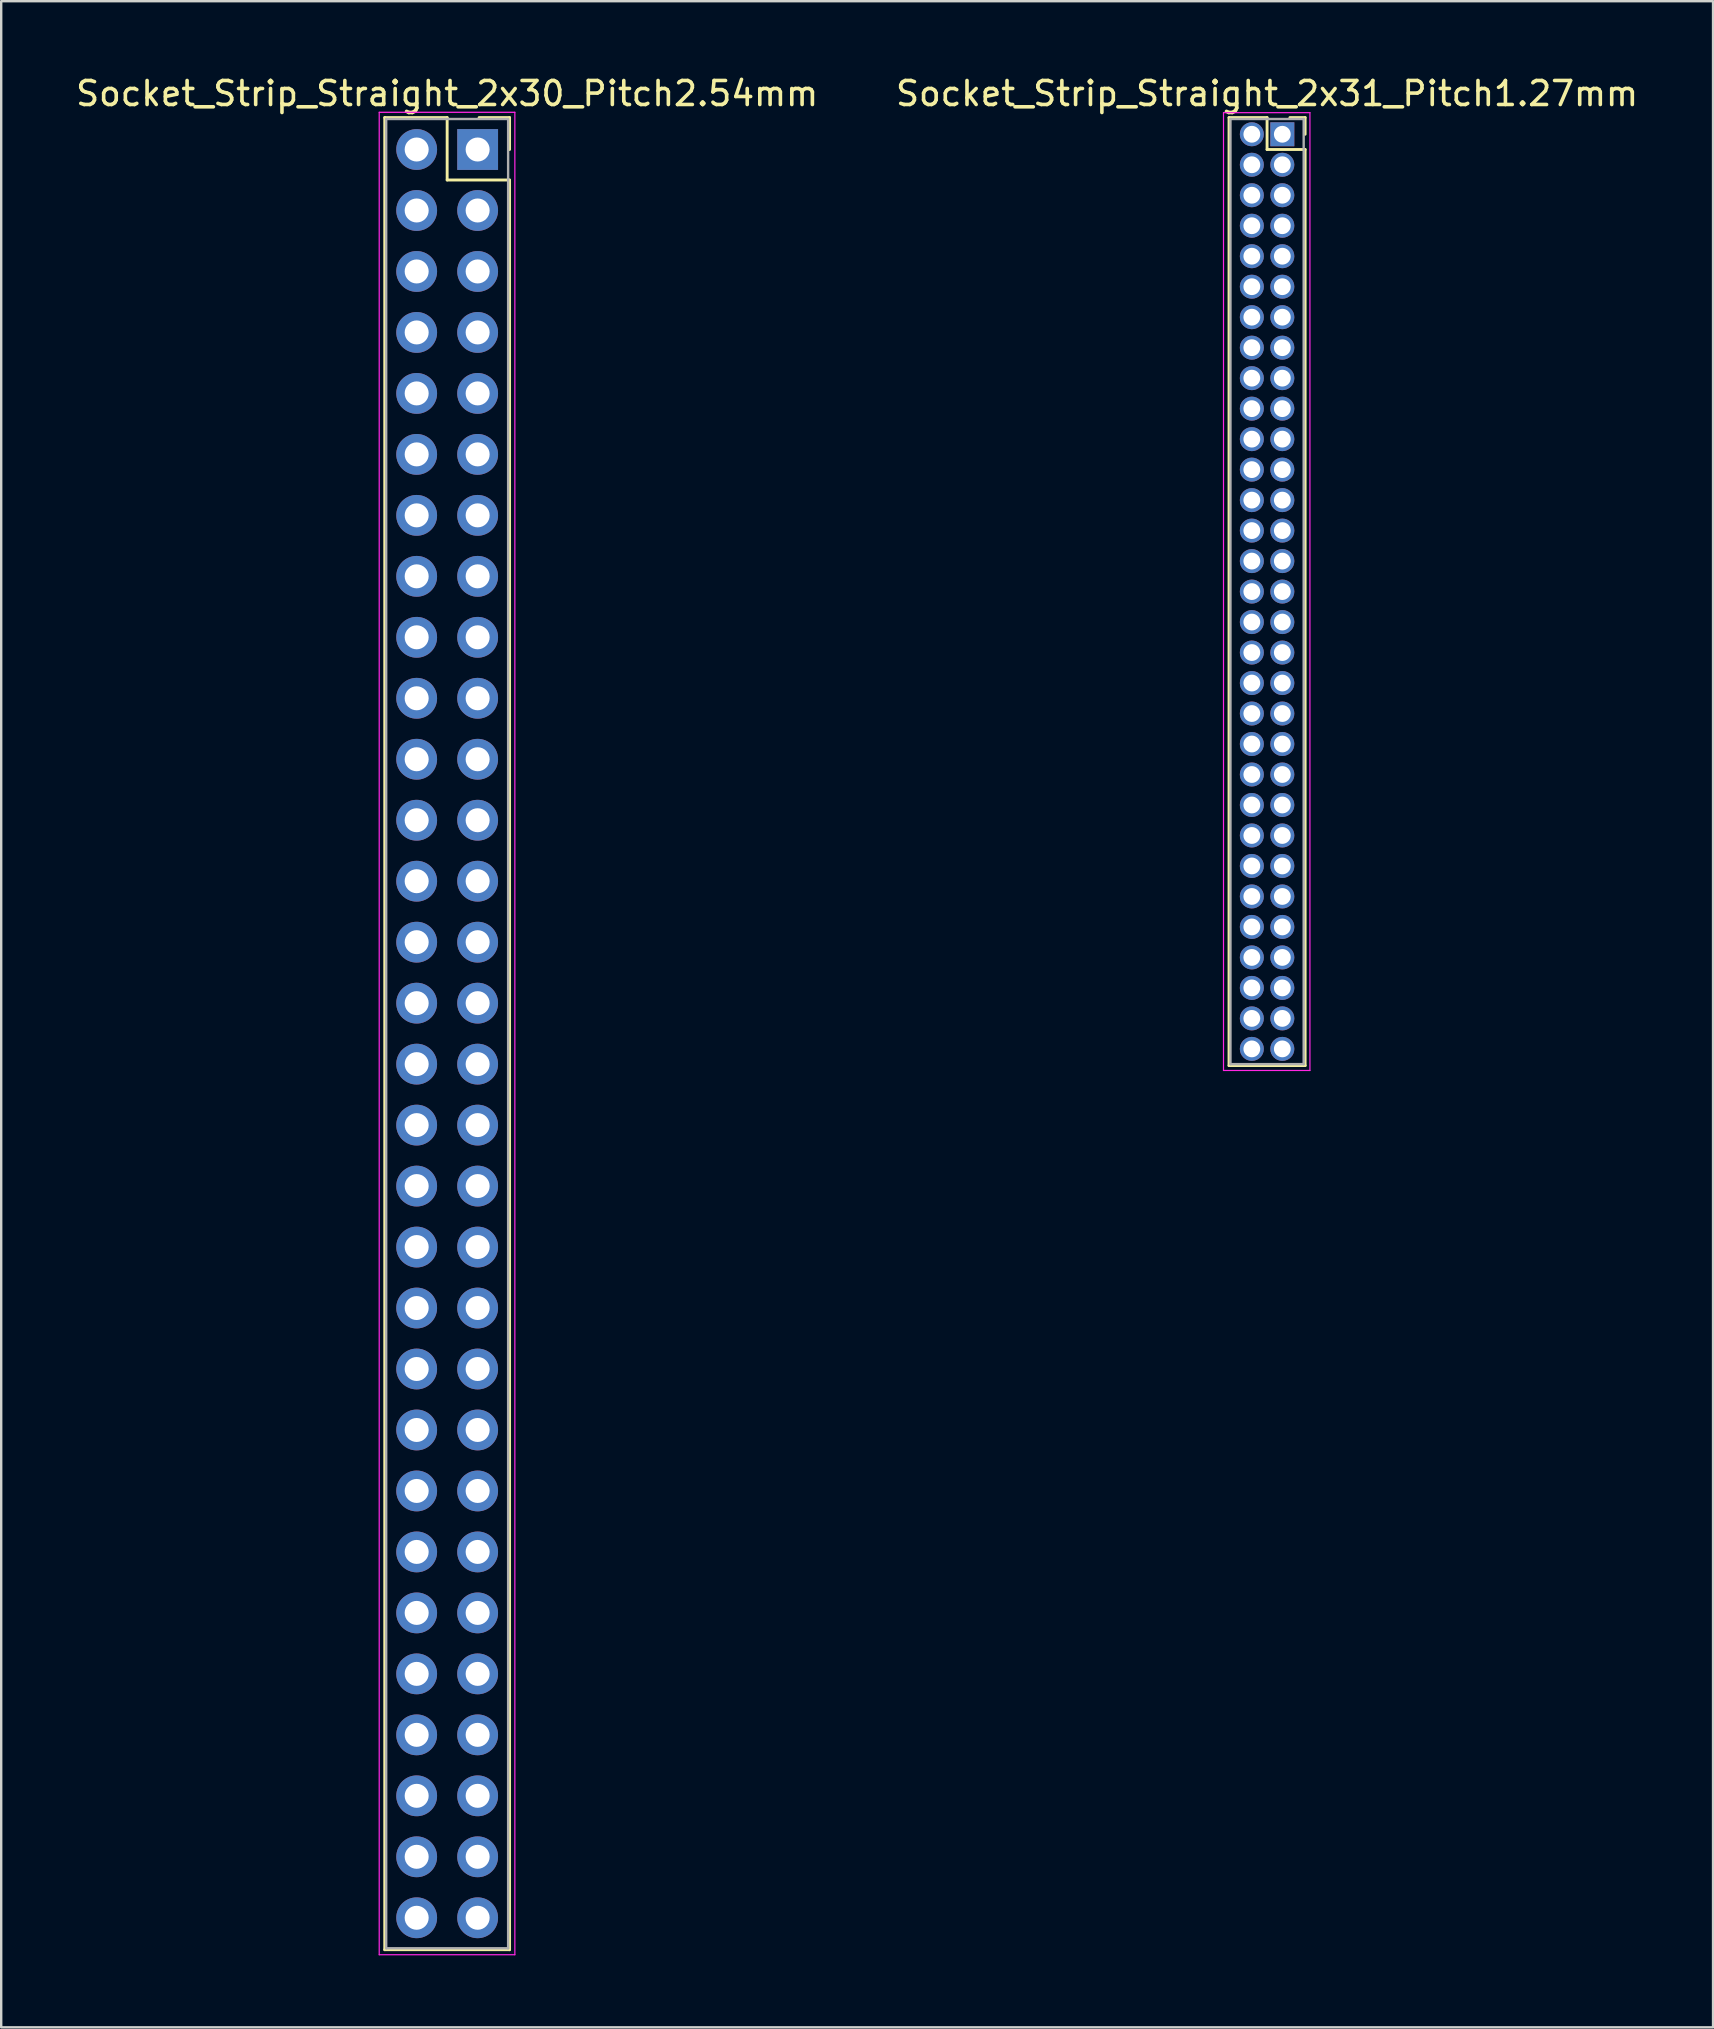
<source format=kicad_pcb>
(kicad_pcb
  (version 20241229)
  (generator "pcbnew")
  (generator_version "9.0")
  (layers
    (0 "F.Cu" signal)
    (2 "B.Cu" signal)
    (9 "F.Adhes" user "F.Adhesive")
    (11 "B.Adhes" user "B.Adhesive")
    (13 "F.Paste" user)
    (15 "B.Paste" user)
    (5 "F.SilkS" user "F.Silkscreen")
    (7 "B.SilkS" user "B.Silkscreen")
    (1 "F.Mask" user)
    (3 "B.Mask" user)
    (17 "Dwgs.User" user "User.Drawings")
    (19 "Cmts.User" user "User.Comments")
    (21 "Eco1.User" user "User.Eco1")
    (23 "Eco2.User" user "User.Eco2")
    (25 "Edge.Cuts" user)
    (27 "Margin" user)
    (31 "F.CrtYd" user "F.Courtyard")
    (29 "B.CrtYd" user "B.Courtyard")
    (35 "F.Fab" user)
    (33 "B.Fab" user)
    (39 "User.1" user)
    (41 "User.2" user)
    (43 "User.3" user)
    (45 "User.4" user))
  (footprint "Socket_Strip_Straight_2x31_Pitch1.27mm"
    (layer "F.Cu")
    (at 50.367 2.543)
    (property "Reference" "Socket_Strip_Straight_2x31_Pitch1.27mm" (at -0.635 -1.695 0) (layer "F.SilkS") (effects (font (size 1 1) (thickness 0.15))))
    (attr through_hole)
    (fp_line (start -2.22 -0.695) (end -0.635 -0.695) (stroke (width 0.12) (type solid)) (layer "F.SilkS"))
    (fp_line (start -2.22 38.795) (end -2.22 -0.695) (stroke (width 0.12) (type solid)) (layer "F.SilkS"))
    (fp_line (start -0.635 -0.695) (end -0.635 0.635) (stroke (width 0.12) (type solid)) (layer "F.SilkS"))
    (fp_line (start -0.635 0.635) (end 0.95 0.635) (stroke (width 0.12) (type solid)) (layer "F.SilkS"))
    (fp_line (start 0.95 -0.695) (end 0.315 -0.695) (stroke (width 0.12) (type solid)) (layer "F.SilkS"))
    (fp_line (start 0.95 0) (end 0.95 -0.695) (stroke (width 0.12) (type solid)) (layer "F.SilkS"))
    (fp_line (start 0.95 0.635) (end 0.95 38.795) (stroke (width 0.12) (type solid)) (layer "F.SilkS"))
    (fp_line (start 0.95 38.795) (end -2.22 38.795) (stroke (width 0.12) (type solid)) (layer "F.SilkS"))
    (fp_line (start -2.45 -0.9) (end -2.45 39) (stroke (width 0.05) (type solid)) (layer "F.CrtYd"))
    (fp_line (start -2.45 39) (end 1.15 39) (stroke (width 0.05) (type solid)) (layer "F.CrtYd"))
    (fp_line (start 1.15 -0.9) (end -2.45 -0.9) (stroke (width 0.05) (type solid)) (layer "F.CrtYd"))
    (fp_line (start 1.15 39) (end 1.15 -0.9) (stroke (width 0.05) (type solid)) (layer "F.CrtYd"))
    (fp_line (start -2.16 -0.635) (end -2.16 38.735) (stroke (width 0.1) (type solid)) (layer "F.Fab"))
    (fp_line (start -2.16 38.735) (end 0.89 38.735) (stroke (width 0.1) (type solid)) (layer "F.Fab"))
    (fp_line (start 0.89 -0.635) (end -2.16 -0.635) (stroke (width 0.1) (type solid)) (layer "F.Fab"))
    (fp_line (start 0.89 38.735) (end 0.89 -0.635) (stroke (width 0.1) (type solid)) (layer "F.Fab"))
    (pad "1" thru_hole rect (at 0 0) (size 1 1) (drill 0.7) (layers "*.Cu" "*.Mask"))
    (pad "2" thru_hole oval (at -1.27 0) (size 1 1) (drill 0.7) (layers "*.Cu" "*.Mask"))
    (pad "3" thru_hole oval (at 0 1.27) (size 1 1) (drill 0.7) (layers "*.Cu" "*.Mask"))
    (pad "4" thru_hole oval (at -1.27 1.27) (size 1 1) (drill 0.7) (layers "*.Cu" "*.Mask"))
    (pad "5" thru_hole oval (at 0 2.54) (size 1 1) (drill 0.7) (layers "*.Cu" "*.Mask"))
    (pad "6" thru_hole oval (at -1.27 2.54) (size 1 1) (drill 0.7) (layers "*.Cu" "*.Mask"))
    (pad "7" thru_hole oval (at 0 3.81) (size 1 1) (drill 0.7) (layers "*.Cu" "*.Mask"))
    (pad "8" thru_hole oval (at -1.27 3.81) (size 1 1) (drill 0.7) (layers "*.Cu" "*.Mask"))
    (pad "9" thru_hole oval (at 0 5.08) (size 1 1) (drill 0.7) (layers "*.Cu" "*.Mask"))
    (pad "10" thru_hole oval (at -1.27 5.08) (size 1 1) (drill 0.7) (layers "*.Cu" "*.Mask"))
    (pad "11" thru_hole oval (at 0 6.35) (size 1 1) (drill 0.7) (layers "*.Cu" "*.Mask"))
    (pad "12" thru_hole oval (at -1.27 6.35) (size 1 1) (drill 0.7) (layers "*.Cu" "*.Mask"))
    (pad "13" thru_hole oval (at 0 7.62) (size 1 1) (drill 0.7) (layers "*.Cu" "*.Mask"))
    (pad "14" thru_hole oval (at -1.27 7.62) (size 1 1) (drill 0.7) (layers "*.Cu" "*.Mask"))
    (pad "15" thru_hole oval (at 0 8.89) (size 1 1) (drill 0.7) (layers "*.Cu" "*.Mask"))
    (pad "16" thru_hole oval (at -1.27 8.89) (size 1 1) (drill 0.7) (layers "*.Cu" "*.Mask"))
    (pad "17" thru_hole oval (at 0 10.16) (size 1 1) (drill 0.7) (layers "*.Cu" "*.Mask"))
    (pad "18" thru_hole oval (at -1.27 10.16) (size 1 1) (drill 0.7) (layers "*.Cu" "*.Mask"))
    (pad "19" thru_hole oval (at 0 11.43) (size 1 1) (drill 0.7) (layers "*.Cu" "*.Mask"))
    (pad "20" thru_hole oval (at -1.27 11.43) (size 1 1) (drill 0.7) (layers "*.Cu" "*.Mask"))
    (pad "21" thru_hole oval (at 0 12.7) (size 1 1) (drill 0.7) (layers "*.Cu" "*.Mask"))
    (pad "22" thru_hole oval (at -1.27 12.7) (size 1 1) (drill 0.7) (layers "*.Cu" "*.Mask"))
    (pad "23" thru_hole oval (at 0 13.97) (size 1 1) (drill 0.7) (layers "*.Cu" "*.Mask"))
    (pad "24" thru_hole oval (at -1.27 13.97) (size 1 1) (drill 0.7) (layers "*.Cu" "*.Mask"))
    (pad "25" thru_hole oval (at 0 15.24) (size 1 1) (drill 0.7) (layers "*.Cu" "*.Mask"))
    (pad "26" thru_hole oval (at -1.27 15.24) (size 1 1) (drill 0.7) (layers "*.Cu" "*.Mask"))
    (pad "27" thru_hole oval (at 0 16.51) (size 1 1) (drill 0.7) (layers "*.Cu" "*.Mask"))
    (pad "28" thru_hole oval (at -1.27 16.51) (size 1 1) (drill 0.7) (layers "*.Cu" "*.Mask"))
    (pad "29" thru_hole oval (at 0 17.78) (size 1 1) (drill 0.7) (layers "*.Cu" "*.Mask"))
    (pad "30" thru_hole oval (at -1.27 17.78) (size 1 1) (drill 0.7) (layers "*.Cu" "*.Mask"))
    (pad "31" thru_hole oval (at 0 19.05) (size 1 1) (drill 0.7) (layers "*.Cu" "*.Mask"))
    (pad "32" thru_hole oval (at -1.27 19.05) (size 1 1) (drill 0.7) (layers "*.Cu" "*.Mask"))
    (pad "33" thru_hole oval (at 0 20.32) (size 1 1) (drill 0.7) (layers "*.Cu" "*.Mask"))
    (pad "34" thru_hole oval (at -1.27 20.32) (size 1 1) (drill 0.7) (layers "*.Cu" "*.Mask"))
    (pad "35" thru_hole oval (at 0 21.59) (size 1 1) (drill 0.7) (layers "*.Cu" "*.Mask"))
    (pad "36" thru_hole oval (at -1.27 21.59) (size 1 1) (drill 0.7) (layers "*.Cu" "*.Mask"))
    (pad "37" thru_hole oval (at 0 22.86) (size 1 1) (drill 0.7) (layers "*.Cu" "*.Mask"))
    (pad "38" thru_hole oval (at -1.27 22.86) (size 1 1) (drill 0.7) (layers "*.Cu" "*.Mask"))
    (pad "39" thru_hole oval (at 0 24.13) (size 1 1) (drill 0.7) (layers "*.Cu" "*.Mask"))
    (pad "40" thru_hole oval (at -1.27 24.13) (size 1 1) (drill 0.7) (layers "*.Cu" "*.Mask"))
    (pad "41" thru_hole oval (at 0 25.4) (size 1 1) (drill 0.7) (layers "*.Cu" "*.Mask"))
    (pad "42" thru_hole oval (at -1.27 25.4) (size 1 1) (drill 0.7) (layers "*.Cu" "*.Mask"))
    (pad "43" thru_hole oval (at 0 26.67) (size 1 1) (drill 0.7) (layers "*.Cu" "*.Mask"))
    (pad "44" thru_hole oval (at -1.27 26.67) (size 1 1) (drill 0.7) (layers "*.Cu" "*.Mask"))
    (pad "45" thru_hole oval (at 0 27.94) (size 1 1) (drill 0.7) (layers "*.Cu" "*.Mask"))
    (pad "46" thru_hole oval (at -1.27 27.94) (size 1 1) (drill 0.7) (layers "*.Cu" "*.Mask"))
    (pad "47" thru_hole oval (at 0 29.21) (size 1 1) (drill 0.7) (layers "*.Cu" "*.Mask"))
    (pad "48" thru_hole oval (at -1.27 29.21) (size 1 1) (drill 0.7) (layers "*.Cu" "*.Mask"))
    (pad "49" thru_hole oval (at 0 30.48) (size 1 1) (drill 0.7) (layers "*.Cu" "*.Mask"))
    (pad "50" thru_hole oval (at -1.27 30.48) (size 1 1) (drill 0.7) (layers "*.Cu" "*.Mask"))
    (pad "51" thru_hole oval (at 0 31.75) (size 1 1) (drill 0.7) (layers "*.Cu" "*.Mask"))
    (pad "52" thru_hole oval (at -1.27 31.75) (size 1 1) (drill 0.7) (layers "*.Cu" "*.Mask"))
    (pad "53" thru_hole oval (at 0 33.02) (size 1 1) (drill 0.7) (layers "*.Cu" "*.Mask"))
    (pad "54" thru_hole oval (at -1.27 33.02) (size 1 1) (drill 0.7) (layers "*.Cu" "*.Mask"))
    (pad "55" thru_hole oval (at 0 34.29) (size 1 1) (drill 0.7) (layers "*.Cu" "*.Mask"))
    (pad "56" thru_hole oval (at -1.27 34.29) (size 1 1) (drill 0.7) (layers "*.Cu" "*.Mask"))
    (pad "57" thru_hole oval (at 0 35.56) (size 1 1) (drill 0.7) (layers "*.Cu" "*.Mask"))
    (pad "58" thru_hole oval (at -1.27 35.56) (size 1 1) (drill 0.7) (layers "*.Cu" "*.Mask"))
    (pad "59" thru_hole oval (at 0 36.83) (size 1 1) (drill 0.7) (layers "*.Cu" "*.Mask"))
    (pad "60" thru_hole oval (at -1.27 36.83) (size 1 1) (drill 0.7) (layers "*.Cu" "*.Mask"))
    (pad "61" thru_hole oval (at 0 38.1) (size 1 1) (drill 0.7) (layers "*.Cu" "*.Mask"))
    (pad "62" thru_hole oval (at -1.27 38.1) (size 1 1) (drill 0.7) (layers "*.Cu" "*.Mask")))
  (footprint "Socket_Strip_Straight_2x30_Pitch2.54mm"
    (layer "F.Cu")
    (at 16.847 3.178)
    (property "Reference" "Socket_Strip_Straight_2x30_Pitch2.54mm" (at -1.27 -2.33 0) (layer "F.SilkS") (effects (font (size 1 1) (thickness 0.15))))
    (attr through_hole)
    (fp_line (start -3.87 -1.33) (end -1.27 -1.33) (stroke (width 0.12) (type solid)) (layer "F.SilkS"))
    (fp_line (start -3.87 74.99) (end -3.87 -1.33) (stroke (width 0.12) (type solid)) (layer "F.SilkS"))
    (fp_line (start -1.27 -1.33) (end -1.27 1.27) (stroke (width 0.12) (type solid)) (layer "F.SilkS"))
    (fp_line (start -1.27 1.27) (end 1.33 1.27) (stroke (width 0.12) (type solid)) (layer "F.SilkS"))
    (fp_line (start 1.33 -1.33) (end 0.06 -1.33) (stroke (width 0.12) (type solid)) (layer "F.SilkS"))
    (fp_line (start 1.33 0) (end 1.33 -1.33) (stroke (width 0.12) (type solid)) (layer "F.SilkS"))
    (fp_line (start 1.33 1.27) (end 1.33 74.99) (stroke (width 0.12) (type solid)) (layer "F.SilkS"))
    (fp_line (start 1.33 74.99) (end -3.87 74.99) (stroke (width 0.12) (type solid)) (layer "F.SilkS"))
    (fp_line (start -4.1 -1.55) (end -4.1 75.2) (stroke (width 0.05) (type solid)) (layer "F.CrtYd"))
    (fp_line (start -4.1 75.2) (end 1.55 75.2) (stroke (width 0.05) (type solid)) (layer "F.CrtYd"))
    (fp_line (start 1.55 -1.55) (end -4.1 -1.55) (stroke (width 0.05) (type solid)) (layer "F.CrtYd"))
    (fp_line (start 1.55 75.2) (end 1.55 -1.55) (stroke (width 0.05) (type solid)) (layer "F.CrtYd"))
    (fp_line (start -3.81 -1.27) (end -3.81 74.93) (stroke (width 0.1) (type solid)) (layer "F.Fab"))
    (fp_line (start -3.81 74.93) (end 1.27 74.93) (stroke (width 0.1) (type solid)) (layer "F.Fab"))
    (fp_line (start 1.27 -1.27) (end -3.81 -1.27) (stroke (width 0.1) (type solid)) (layer "F.Fab"))
    (fp_line (start 1.27 74.93) (end 1.27 -1.27) (stroke (width 0.1) (type solid)) (layer "F.Fab"))
    (pad "1" thru_hole rect (at 0 0) (size 1.7 1.7) (drill 1) (layers "*.Cu" "*.Mask"))
    (pad "2" thru_hole oval (at -2.54 0) (size 1.7 1.7) (drill 1) (layers "*.Cu" "*.Mask"))
    (pad "3" thru_hole oval (at 0 2.54) (size 1.7 1.7) (drill 1) (layers "*.Cu" "*.Mask"))
    (pad "4" thru_hole oval (at -2.54 2.54) (size 1.7 1.7) (drill 1) (layers "*.Cu" "*.Mask"))
    (pad "5" thru_hole oval (at 0 5.08) (size 1.7 1.7) (drill 1) (layers "*.Cu" "*.Mask"))
    (pad "6" thru_hole oval (at -2.54 5.08) (size 1.7 1.7) (drill 1) (layers "*.Cu" "*.Mask"))
    (pad "7" thru_hole oval (at 0 7.62) (size 1.7 1.7) (drill 1) (layers "*.Cu" "*.Mask"))
    (pad "8" thru_hole oval (at -2.54 7.62) (size 1.7 1.7) (drill 1) (layers "*.Cu" "*.Mask"))
    (pad "9" thru_hole oval (at 0 10.16) (size 1.7 1.7) (drill 1) (layers "*.Cu" "*.Mask"))
    (pad "10" thru_hole oval (at -2.54 10.16) (size 1.7 1.7) (drill 1) (layers "*.Cu" "*.Mask"))
    (pad "11" thru_hole oval (at 0 12.7) (size 1.7 1.7) (drill 1) (layers "*.Cu" "*.Mask"))
    (pad "12" thru_hole oval (at -2.54 12.7) (size 1.7 1.7) (drill 1) (layers "*.Cu" "*.Mask"))
    (pad "13" thru_hole oval (at 0 15.24) (size 1.7 1.7) (drill 1) (layers "*.Cu" "*.Mask"))
    (pad "14" thru_hole oval (at -2.54 15.24) (size 1.7 1.7) (drill 1) (layers "*.Cu" "*.Mask"))
    (pad "15" thru_hole oval (at 0 17.78) (size 1.7 1.7) (drill 1) (layers "*.Cu" "*.Mask"))
    (pad "16" thru_hole oval (at -2.54 17.78) (size 1.7 1.7) (drill 1) (layers "*.Cu" "*.Mask"))
    (pad "17" thru_hole oval (at 0 20.32) (size 1.7 1.7) (drill 1) (layers "*.Cu" "*.Mask"))
    (pad "18" thru_hole oval (at -2.54 20.32) (size 1.7 1.7) (drill 1) (layers "*.Cu" "*.Mask"))
    (pad "19" thru_hole oval (at 0 22.86) (size 1.7 1.7) (drill 1) (layers "*.Cu" "*.Mask"))
    (pad "20" thru_hole oval (at -2.54 22.86) (size 1.7 1.7) (drill 1) (layers "*.Cu" "*.Mask"))
    (pad "21" thru_hole oval (at 0 25.4) (size 1.7 1.7) (drill 1) (layers "*.Cu" "*.Mask"))
    (pad "22" thru_hole oval (at -2.54 25.4) (size 1.7 1.7) (drill 1) (layers "*.Cu" "*.Mask"))
    (pad "23" thru_hole oval (at 0 27.94) (size 1.7 1.7) (drill 1) (layers "*.Cu" "*.Mask"))
    (pad "24" thru_hole oval (at -2.54 27.94) (size 1.7 1.7) (drill 1) (layers "*.Cu" "*.Mask"))
    (pad "25" thru_hole oval (at 0 30.48) (size 1.7 1.7) (drill 1) (layers "*.Cu" "*.Mask"))
    (pad "26" thru_hole oval (at -2.54 30.48) (size 1.7 1.7) (drill 1) (layers "*.Cu" "*.Mask"))
    (pad "27" thru_hole oval (at 0 33.02) (size 1.7 1.7) (drill 1) (layers "*.Cu" "*.Mask"))
    (pad "28" thru_hole oval (at -2.54 33.02) (size 1.7 1.7) (drill 1) (layers "*.Cu" "*.Mask"))
    (pad "29" thru_hole oval (at 0 35.56) (size 1.7 1.7) (drill 1) (layers "*.Cu" "*.Mask"))
    (pad "30" thru_hole oval (at -2.54 35.56) (size 1.7 1.7) (drill 1) (layers "*.Cu" "*.Mask"))
    (pad "31" thru_hole oval (at 0 38.1) (size 1.7 1.7) (drill 1) (layers "*.Cu" "*.Mask"))
    (pad "32" thru_hole oval (at -2.54 38.1) (size 1.7 1.7) (drill 1) (layers "*.Cu" "*.Mask"))
    (pad "33" thru_hole oval (at 0 40.64) (size 1.7 1.7) (drill 1) (layers "*.Cu" "*.Mask"))
    (pad "34" thru_hole oval (at -2.54 40.64) (size 1.7 1.7) (drill 1) (layers "*.Cu" "*.Mask"))
    (pad "35" thru_hole oval (at 0 43.18) (size 1.7 1.7) (drill 1) (layers "*.Cu" "*.Mask"))
    (pad "36" thru_hole oval (at -2.54 43.18) (size 1.7 1.7) (drill 1) (layers "*.Cu" "*.Mask"))
    (pad "37" thru_hole oval (at 0 45.72) (size 1.7 1.7) (drill 1) (layers "*.Cu" "*.Mask"))
    (pad "38" thru_hole oval (at -2.54 45.72) (size 1.7 1.7) (drill 1) (layers "*.Cu" "*.Mask"))
    (pad "39" thru_hole oval (at 0 48.26) (size 1.7 1.7) (drill 1) (layers "*.Cu" "*.Mask"))
    (pad "40" thru_hole oval (at -2.54 48.26) (size 1.7 1.7) (drill 1) (layers "*.Cu" "*.Mask"))
    (pad "41" thru_hole oval (at 0 50.8) (size 1.7 1.7) (drill 1) (layers "*.Cu" "*.Mask"))
    (pad "42" thru_hole oval (at -2.54 50.8) (size 1.7 1.7) (drill 1) (layers "*.Cu" "*.Mask"))
    (pad "43" thru_hole oval (at 0 53.34) (size 1.7 1.7) (drill 1) (layers "*.Cu" "*.Mask"))
    (pad "44" thru_hole oval (at -2.54 53.34) (size 1.7 1.7) (drill 1) (layers "*.Cu" "*.Mask"))
    (pad "45" thru_hole oval (at 0 55.88) (size 1.7 1.7) (drill 1) (layers "*.Cu" "*.Mask"))
    (pad "46" thru_hole oval (at -2.54 55.88) (size 1.7 1.7) (drill 1) (layers "*.Cu" "*.Mask"))
    (pad "47" thru_hole oval (at 0 58.42) (size 1.7 1.7) (drill 1) (layers "*.Cu" "*.Mask"))
    (pad "48" thru_hole oval (at -2.54 58.42) (size 1.7 1.7) (drill 1) (layers "*.Cu" "*.Mask"))
    (pad "49" thru_hole oval (at 0 60.96) (size 1.7 1.7) (drill 1) (layers "*.Cu" "*.Mask"))
    (pad "50" thru_hole oval (at -2.54 60.96) (size 1.7 1.7) (drill 1) (layers "*.Cu" "*.Mask"))
    (pad "51" thru_hole oval (at 0 63.5) (size 1.7 1.7) (drill 1) (layers "*.Cu" "*.Mask"))
    (pad "52" thru_hole oval (at -2.54 63.5) (size 1.7 1.7) (drill 1) (layers "*.Cu" "*.Mask"))
    (pad "53" thru_hole oval (at 0 66.04) (size 1.7 1.7) (drill 1) (layers "*.Cu" "*.Mask"))
    (pad "54" thru_hole oval (at -2.54 66.04) (size 1.7 1.7) (drill 1) (layers "*.Cu" "*.Mask"))
    (pad "55" thru_hole oval (at 0 68.58) (size 1.7 1.7) (drill 1) (layers "*.Cu" "*.Mask"))
    (pad "56" thru_hole oval (at -2.54 68.58) (size 1.7 1.7) (drill 1) (layers "*.Cu" "*.Mask"))
    (pad "57" thru_hole oval (at 0 71.12) (size 1.7 1.7) (drill 1) (layers "*.Cu" "*.Mask"))
    (pad "58" thru_hole oval (at -2.54 71.12) (size 1.7 1.7) (drill 1) (layers "*.Cu" "*.Mask"))
    (pad "59" thru_hole oval (at 0 73.66) (size 1.7 1.7) (drill 1) (layers "*.Cu" "*.Mask"))
    (pad "60" thru_hole oval (at -2.54 73.66) (size 1.7 1.7) (drill 1) (layers "*.Cu" "*.Mask")))
  (gr_rect
    (start -3 -3)
    (end 68.31 81.403)
    (stroke (width 0.1) (type default))
    (fill no)
    (layer "Edge.Cuts")))
</source>
